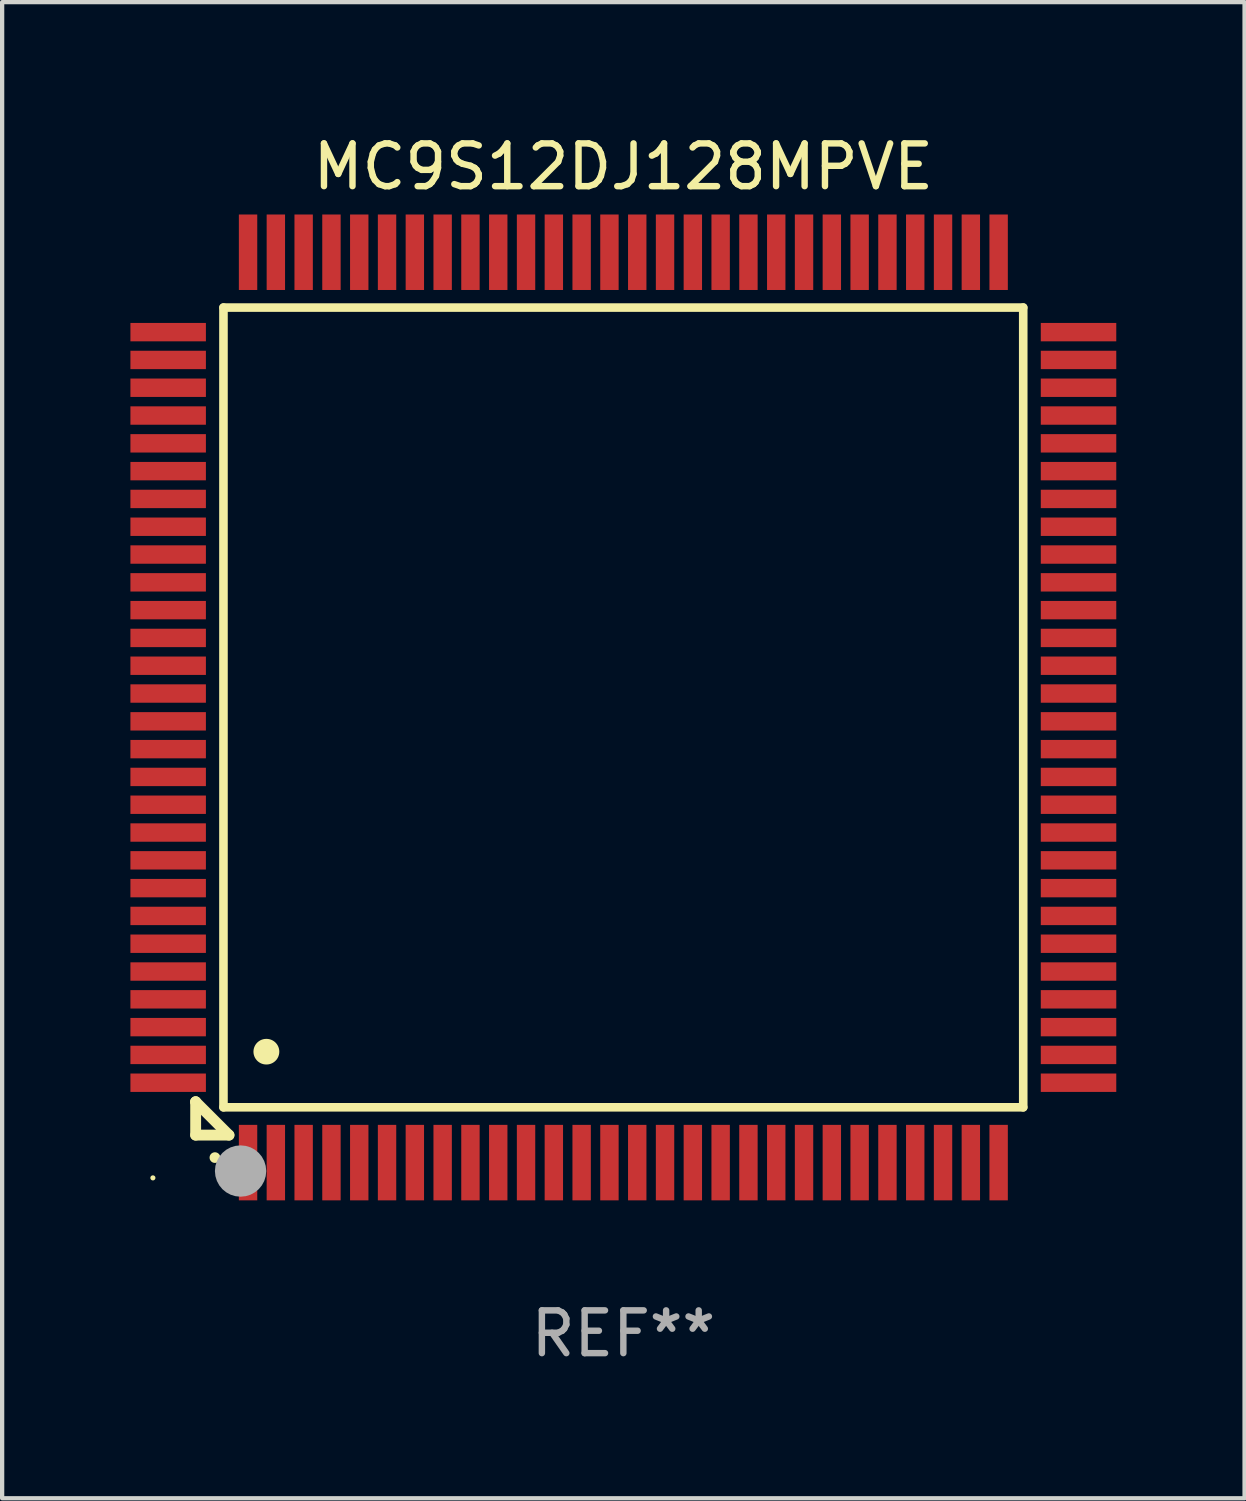
<source format=kicad_pcb>
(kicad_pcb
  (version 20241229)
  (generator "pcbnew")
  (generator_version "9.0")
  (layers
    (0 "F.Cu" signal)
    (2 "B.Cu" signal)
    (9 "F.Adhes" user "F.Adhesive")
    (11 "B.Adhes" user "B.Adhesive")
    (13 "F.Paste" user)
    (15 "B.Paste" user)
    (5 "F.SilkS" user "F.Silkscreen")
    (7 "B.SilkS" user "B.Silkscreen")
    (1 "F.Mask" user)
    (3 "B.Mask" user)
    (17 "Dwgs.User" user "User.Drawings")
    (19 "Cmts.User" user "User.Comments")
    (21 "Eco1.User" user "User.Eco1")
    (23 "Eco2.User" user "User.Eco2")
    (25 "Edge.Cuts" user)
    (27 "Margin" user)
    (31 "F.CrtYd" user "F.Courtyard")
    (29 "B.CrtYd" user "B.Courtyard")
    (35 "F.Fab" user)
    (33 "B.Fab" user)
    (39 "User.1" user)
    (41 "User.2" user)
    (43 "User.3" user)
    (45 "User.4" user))
  (footprint "MC9S12DJ128MPVE"
    (layer "F.Cu")
    (at 11.525 13.491)
    (property "Reference" "MC9S12DJ128MPVE" (at 0 -12.643 0) (layer "F.SilkS") (effects (font (size 1 1) (thickness 0.15))))
    (attr through_hole)
    (fp_line (start -10 9.221) (end -10 9.221) (stroke (width 0.254) (type solid)) (layer "F.SilkS"))
    (fp_line (start -10 9.221) (end -10 10) (stroke (width 0.254) (type solid)) (layer "F.SilkS"))
    (fp_line (start -10 9.221) (end -9.221 10) (stroke (width 0.254) (type solid)) (layer "F.SilkS"))
    (fp_line (start -10 10) (end -9.221 10) (stroke (width 0.254) (type solid)) (layer "F.SilkS"))
    (fp_line (start -9.35 -9.35) (end -9.35 9.35) (stroke (width 0.201) (type solid)) (layer "F.SilkS"))
    (fp_line (start -9.35 9.35) (end 9.35 9.35) (stroke (width 0.201) (type solid)) (layer "F.SilkS"))
    (fp_line (start 9.35 -9.35) (end -9.35 -9.35) (stroke (width 0.201) (type solid)) (layer "F.SilkS"))
    (fp_line (start 9.35 9.35) (end 9.35 -9.35) (stroke (width 0.201) (type solid)) (layer "F.SilkS"))
    (fp_arc (start -9.550546 10.525832) (mid -9.549276 10.525826) (end -9.548006 10.525832) (stroke (width 0.24892) (type solid)) (layer "F.SilkS"))
    (fp_arc (start -8.349124 8.049327) (mid -8.346584 8.049316) (end -8.344044 8.049327) (stroke (width 0.599441) (type solid)) (layer "F.SilkS"))
    (fp_circle (center -11 11) (end -10.97 11) (stroke (width 0.06) (type solid)) (fill no) (layer "F.SilkS"))
    (fp_circle (center -8.95 10.84) (end -8.65 10.84) (stroke (width 0.6) (type solid)) (fill no) (layer "F.Fab"))
    (fp_text user "REF**" (at 0 14.643 0) (layer "F.Fab") (effects (font (size 1 1) (thickness 0.15))))
    (pad "1" smd rect (at -8.775 10.643) (size 0.43 1.765) (layers "F.Cu" "F.Mask" "F.Paste"))
    (pad "2" smd rect (at -8.125 10.643) (size 0.43 1.765) (layers "F.Cu" "F.Mask" "F.Paste"))
    (pad "3" smd rect (at -7.475 10.643) (size 0.43 1.765) (layers "F.Cu" "F.Mask" "F.Paste"))
    (pad "4" smd rect (at -6.825 10.643) (size 0.43 1.765) (layers "F.Cu" "F.Mask" "F.Paste"))
    (pad "5" smd rect (at -6.175 10.643) (size 0.43 1.765) (layers "F.Cu" "F.Mask" "F.Paste"))
    (pad "6" smd rect (at -5.525 10.643) (size 0.43 1.765) (layers "F.Cu" "F.Mask" "F.Paste"))
    (pad "7" smd rect (at -4.875 10.643) (size 0.43 1.765) (layers "F.Cu" "F.Mask" "F.Paste"))
    (pad "8" smd rect (at -4.225 10.643) (size 0.43 1.765) (layers "F.Cu" "F.Mask" "F.Paste"))
    (pad "9" smd rect (at -3.575 10.643) (size 0.43 1.765) (layers "F.Cu" "F.Mask" "F.Paste"))
    (pad "10" smd rect (at -2.925 10.643) (size 0.43 1.765) (layers "F.Cu" "F.Mask" "F.Paste"))
    (pad "11" smd rect (at -2.275 10.643) (size 0.43 1.765) (layers "F.Cu" "F.Mask" "F.Paste"))
    (pad "12" smd rect (at -1.625 10.643) (size 0.43 1.765) (layers "F.Cu" "F.Mask" "F.Paste"))
    (pad "13" smd rect (at -0.975 10.643) (size 0.43 1.765) (layers "F.Cu" "F.Mask" "F.Paste"))
    (pad "14" smd rect (at -0.325 10.643) (size 0.43 1.765) (layers "F.Cu" "F.Mask" "F.Paste"))
    (pad "15" smd rect (at 0.325 10.643) (size 0.43 1.765) (layers "F.Cu" "F.Mask" "F.Paste"))
    (pad "16" smd rect (at 0.975 10.643) (size 0.43 1.765) (layers "F.Cu" "F.Mask" "F.Paste"))
    (pad "17" smd rect (at 1.625 10.643) (size 0.43 1.765) (layers "F.Cu" "F.Mask" "F.Paste"))
    (pad "18" smd rect (at 2.275 10.643) (size 0.43 1.765) (layers "F.Cu" "F.Mask" "F.Paste"))
    (pad "19" smd rect (at 2.925 10.643) (size 0.43 1.765) (layers "F.Cu" "F.Mask" "F.Paste"))
    (pad "20" smd rect (at 3.575 10.643) (size 0.43 1.765) (layers "F.Cu" "F.Mask" "F.Paste"))
    (pad "21" smd rect (at 4.225 10.643) (size 0.43 1.765) (layers "F.Cu" "F.Mask" "F.Paste"))
    (pad "22" smd rect (at 4.875 10.643) (size 0.43 1.765) (layers "F.Cu" "F.Mask" "F.Paste"))
    (pad "23" smd rect (at 5.525 10.643) (size 0.43 1.765) (layers "F.Cu" "F.Mask" "F.Paste"))
    (pad "24" smd rect (at 6.175 10.643) (size 0.43 1.765) (layers "F.Cu" "F.Mask" "F.Paste"))
    (pad "25" smd rect (at 6.825 10.643) (size 0.43 1.765) (layers "F.Cu" "F.Mask" "F.Paste"))
    (pad "26" smd rect (at 7.475 10.643) (size 0.43 1.765) (layers "F.Cu" "F.Mask" "F.Paste"))
    (pad "27" smd rect (at 8.125 10.643) (size 0.43 1.765) (layers "F.Cu" "F.Mask" "F.Paste"))
    (pad "28" smd rect (at 8.775 10.643) (size 0.43 1.765) (layers "F.Cu" "F.Mask" "F.Paste"))
    (pad "29" smd rect (at 10.643 8.775) (size 1.765 0.43) (layers "F.Cu" "F.Mask" "F.Paste"))
    (pad "30" smd rect (at 10.643 8.125) (size 1.765 0.43) (layers "F.Cu" "F.Mask" "F.Paste"))
    (pad "31" smd rect (at 10.643 7.475) (size 1.765 0.43) (layers "F.Cu" "F.Mask" "F.Paste"))
    (pad "32" smd rect (at 10.643 6.825) (size 1.765 0.43) (layers "F.Cu" "F.Mask" "F.Paste"))
    (pad "33" smd rect (at 10.643 6.175) (size 1.765 0.43) (layers "F.Cu" "F.Mask" "F.Paste"))
    (pad "34" smd rect (at 10.643 5.525) (size 1.765 0.43) (layers "F.Cu" "F.Mask" "F.Paste"))
    (pad "35" smd rect (at 10.643 4.875) (size 1.765 0.43) (layers "F.Cu" "F.Mask" "F.Paste"))
    (pad "36" smd rect (at 10.643 4.225) (size 1.765 0.43) (layers "F.Cu" "F.Mask" "F.Paste"))
    (pad "37" smd rect (at 10.643 3.575) (size 1.765 0.43) (layers "F.Cu" "F.Mask" "F.Paste"))
    (pad "38" smd rect (at 10.643 2.925) (size 1.765 0.43) (layers "F.Cu" "F.Mask" "F.Paste"))
    (pad "39" smd rect (at 10.643 2.275) (size 1.765 0.43) (layers "F.Cu" "F.Mask" "F.Paste"))
    (pad "40" smd rect (at 10.643 1.625) (size 1.765 0.43) (layers "F.Cu" "F.Mask" "F.Paste"))
    (pad "41" smd rect (at 10.643 0.975) (size 1.765 0.43) (layers "F.Cu" "F.Mask" "F.Paste"))
    (pad "42" smd rect (at 10.643 0.325) (size 1.765 0.43) (layers "F.Cu" "F.Mask" "F.Paste"))
    (pad "43" smd rect (at 10.643 -0.325) (size 1.765 0.43) (layers "F.Cu" "F.Mask" "F.Paste"))
    (pad "44" smd rect (at 10.643 -0.975) (size 1.765 0.43) (layers "F.Cu" "F.Mask" "F.Paste"))
    (pad "45" smd rect (at 10.643 -1.625) (size 1.765 0.43) (layers "F.Cu" "F.Mask" "F.Paste"))
    (pad "46" smd rect (at 10.643 -2.275) (size 1.765 0.43) (layers "F.Cu" "F.Mask" "F.Paste"))
    (pad "47" smd rect (at 10.643 -2.925) (size 1.765 0.43) (layers "F.Cu" "F.Mask" "F.Paste"))
    (pad "48" smd rect (at 10.643 -3.575) (size 1.765 0.43) (layers "F.Cu" "F.Mask" "F.Paste"))
    (pad "49" smd rect (at 10.643 -4.225) (size 1.765 0.43) (layers "F.Cu" "F.Mask" "F.Paste"))
    (pad "50" smd rect (at 10.643 -4.875) (size 1.765 0.43) (layers "F.Cu" "F.Mask" "F.Paste"))
    (pad "51" smd rect (at 10.643 -5.525) (size 1.765 0.43) (layers "F.Cu" "F.Mask" "F.Paste"))
    (pad "52" smd rect (at 10.643 -6.175) (size 1.765 0.43) (layers "F.Cu" "F.Mask" "F.Paste"))
    (pad "53" smd rect (at 10.643 -6.825) (size 1.765 0.43) (layers "F.Cu" "F.Mask" "F.Paste"))
    (pad "54" smd rect (at 10.643 -7.475) (size 1.765 0.43) (layers "F.Cu" "F.Mask" "F.Paste"))
    (pad "55" smd rect (at 10.643 -8.125) (size 1.765 0.43) (layers "F.Cu" "F.Mask" "F.Paste"))
    (pad "56" smd rect (at 10.643 -8.775) (size 1.765 0.43) (layers "F.Cu" "F.Mask" "F.Paste"))
    (pad "57" smd rect (at 8.775 -10.643) (size 0.43 1.765) (layers "F.Cu" "F.Mask" "F.Paste"))
    (pad "58" smd rect (at 8.125 -10.643) (size 0.43 1.765) (layers "F.Cu" "F.Mask" "F.Paste"))
    (pad "59" smd rect (at 7.475 -10.643) (size 0.43 1.765) (layers "F.Cu" "F.Mask" "F.Paste"))
    (pad "60" smd rect (at 6.825 -10.643) (size 0.43 1.765) (layers "F.Cu" "F.Mask" "F.Paste"))
    (pad "61" smd rect (at 6.175 -10.643) (size 0.43 1.765) (layers "F.Cu" "F.Mask" "F.Paste"))
    (pad "62" smd rect (at 5.525 -10.643) (size 0.43 1.765) (layers "F.Cu" "F.Mask" "F.Paste"))
    (pad "63" smd rect (at 4.875 -10.643) (size 0.43 1.765) (layers "F.Cu" "F.Mask" "F.Paste"))
    (pad "64" smd rect (at 4.225 -10.643) (size 0.43 1.765) (layers "F.Cu" "F.Mask" "F.Paste"))
    (pad "65" smd rect (at 3.575 -10.643) (size 0.43 1.765) (layers "F.Cu" "F.Mask" "F.Paste"))
    (pad "66" smd rect (at 2.925 -10.643) (size 0.43 1.765) (layers "F.Cu" "F.Mask" "F.Paste"))
    (pad "67" smd rect (at 2.275 -10.643) (size 0.43 1.765) (layers "F.Cu" "F.Mask" "F.Paste"))
    (pad "68" smd rect (at 1.625 -10.643) (size 0.43 1.765) (layers "F.Cu" "F.Mask" "F.Paste"))
    (pad "69" smd rect (at 0.975 -10.643) (size 0.43 1.765) (layers "F.Cu" "F.Mask" "F.Paste"))
    (pad "70" smd rect (at 0.325 -10.643) (size 0.43 1.765) (layers "F.Cu" "F.Mask" "F.Paste"))
    (pad "71" smd rect (at -0.325 -10.643) (size 0.43 1.765) (layers "F.Cu" "F.Mask" "F.Paste"))
    (pad "72" smd rect (at -0.975 -10.643) (size 0.43 1.765) (layers "F.Cu" "F.Mask" "F.Paste"))
    (pad "73" smd rect (at -1.625 -10.643) (size 0.43 1.765) (layers "F.Cu" "F.Mask" "F.Paste"))
    (pad "74" smd rect (at -2.275 -10.643) (size 0.43 1.765) (layers "F.Cu" "F.Mask" "F.Paste"))
    (pad "75" smd rect (at -2.925 -10.643) (size 0.43 1.765) (layers "F.Cu" "F.Mask" "F.Paste"))
    (pad "76" smd rect (at -3.575 -10.643) (size 0.43 1.765) (layers "F.Cu" "F.Mask" "F.Paste"))
    (pad "77" smd rect (at -4.225 -10.643) (size 0.43 1.765) (layers "F.Cu" "F.Mask" "F.Paste"))
    (pad "78" smd rect (at -4.875 -10.643) (size 0.43 1.765) (layers "F.Cu" "F.Mask" "F.Paste"))
    (pad "79" smd rect (at -5.525 -10.643) (size 0.43 1.765) (layers "F.Cu" "F.Mask" "F.Paste"))
    (pad "80" smd rect (at -6.175 -10.643) (size 0.43 1.765) (layers "F.Cu" "F.Mask" "F.Paste"))
    (pad "81" smd rect (at -6.825 -10.643) (size 0.43 1.765) (layers "F.Cu" "F.Mask" "F.Paste"))
    (pad "82" smd rect (at -7.475 -10.643) (size 0.43 1.765) (layers "F.Cu" "F.Mask" "F.Paste"))
    (pad "83" smd rect (at -8.125 -10.643) (size 0.43 1.765) (layers "F.Cu" "F.Mask" "F.Paste"))
    (pad "84" smd rect (at -8.775 -10.643) (size 0.43 1.765) (layers "F.Cu" "F.Mask" "F.Paste"))
    (pad "85" smd rect (at -10.643 -8.775) (size 1.765 0.43) (layers "F.Cu" "F.Mask" "F.Paste"))
    (pad "86" smd rect (at -10.643 -8.125) (size 1.765 0.43) (layers "F.Cu" "F.Mask" "F.Paste"))
    (pad "87" smd rect (at -10.643 -7.475) (size 1.765 0.43) (layers "F.Cu" "F.Mask" "F.Paste"))
    (pad "88" smd rect (at -10.643 -6.825) (size 1.765 0.43) (layers "F.Cu" "F.Mask" "F.Paste"))
    (pad "89" smd rect (at -10.643 -6.175) (size 1.765 0.43) (layers "F.Cu" "F.Mask" "F.Paste"))
    (pad "90" smd rect (at -10.643 -5.525) (size 1.765 0.43) (layers "F.Cu" "F.Mask" "F.Paste"))
    (pad "91" smd rect (at -10.643 -4.875) (size 1.765 0.43) (layers "F.Cu" "F.Mask" "F.Paste"))
    (pad "92" smd rect (at -10.643 -4.225) (size 1.765 0.43) (layers "F.Cu" "F.Mask" "F.Paste"))
    (pad "93" smd rect (at -10.643 -3.575) (size 1.765 0.43) (layers "F.Cu" "F.Mask" "F.Paste"))
    (pad "94" smd rect (at -10.643 -2.925) (size 1.765 0.43) (layers "F.Cu" "F.Mask" "F.Paste"))
    (pad "95" smd rect (at -10.643 -2.275) (size 1.765 0.43) (layers "F.Cu" "F.Mask" "F.Paste"))
    (pad "96" smd rect (at -10.643 -1.625) (size 1.765 0.43) (layers "F.Cu" "F.Mask" "F.Paste"))
    (pad "97" smd rect (at -10.643 -0.975) (size 1.765 0.43) (layers "F.Cu" "F.Mask" "F.Paste"))
    (pad "98" smd rect (at -10.643 -0.325) (size 1.765 0.43) (layers "F.Cu" "F.Mask" "F.Paste"))
    (pad "99" smd rect (at -10.643 0.325) (size 1.765 0.43) (layers "F.Cu" "F.Mask" "F.Paste"))
    (pad "100" smd rect (at -10.643 0.975) (size 1.765 0.43) (layers "F.Cu" "F.Mask" "F.Paste"))
    (pad "101" smd rect (at -10.643 1.625) (size 1.765 0.43) (layers "F.Cu" "F.Mask" "F.Paste"))
    (pad "102" smd rect (at -10.643 2.275) (size 1.765 0.43) (layers "F.Cu" "F.Mask" "F.Paste"))
    (pad "103" smd rect (at -10.643 2.925) (size 1.765 0.43) (layers "F.Cu" "F.Mask" "F.Paste"))
    (pad "104" smd rect (at -10.643 3.575) (size 1.765 0.43) (layers "F.Cu" "F.Mask" "F.Paste"))
    (pad "105" smd rect (at -10.643 4.225) (size 1.765 0.43) (layers "F.Cu" "F.Mask" "F.Paste"))
    (pad "106" smd rect (at -10.643 4.875) (size 1.765 0.43) (layers "F.Cu" "F.Mask" "F.Paste"))
    (pad "107" smd rect (at -10.643 5.525) (size 1.765 0.43) (layers "F.Cu" "F.Mask" "F.Paste"))
    (pad "108" smd rect (at -10.643 6.175) (size 1.765 0.43) (layers "F.Cu" "F.Mask" "F.Paste"))
    (pad "109" smd rect (at -10.643 6.825) (size 1.765 0.43) (layers "F.Cu" "F.Mask" "F.Paste"))
    (pad "110" smd rect (at -10.643 7.475) (size 1.765 0.43) (layers "F.Cu" "F.Mask" "F.Paste"))
    (pad "111" smd rect (at -10.643 8.125) (size 1.765 0.43) (layers "F.Cu" "F.Mask" "F.Paste"))
    (pad "112" smd rect (at -10.643 8.775) (size 1.765 0.43) (layers "F.Cu" "F.Mask" "F.Paste")))
  (gr_rect
    (start -3 -3)
    (end 26.05 31.982)
    (stroke (width 0.1) (type default))
    (fill no)
    (layer "Edge.Cuts")))
</source>
